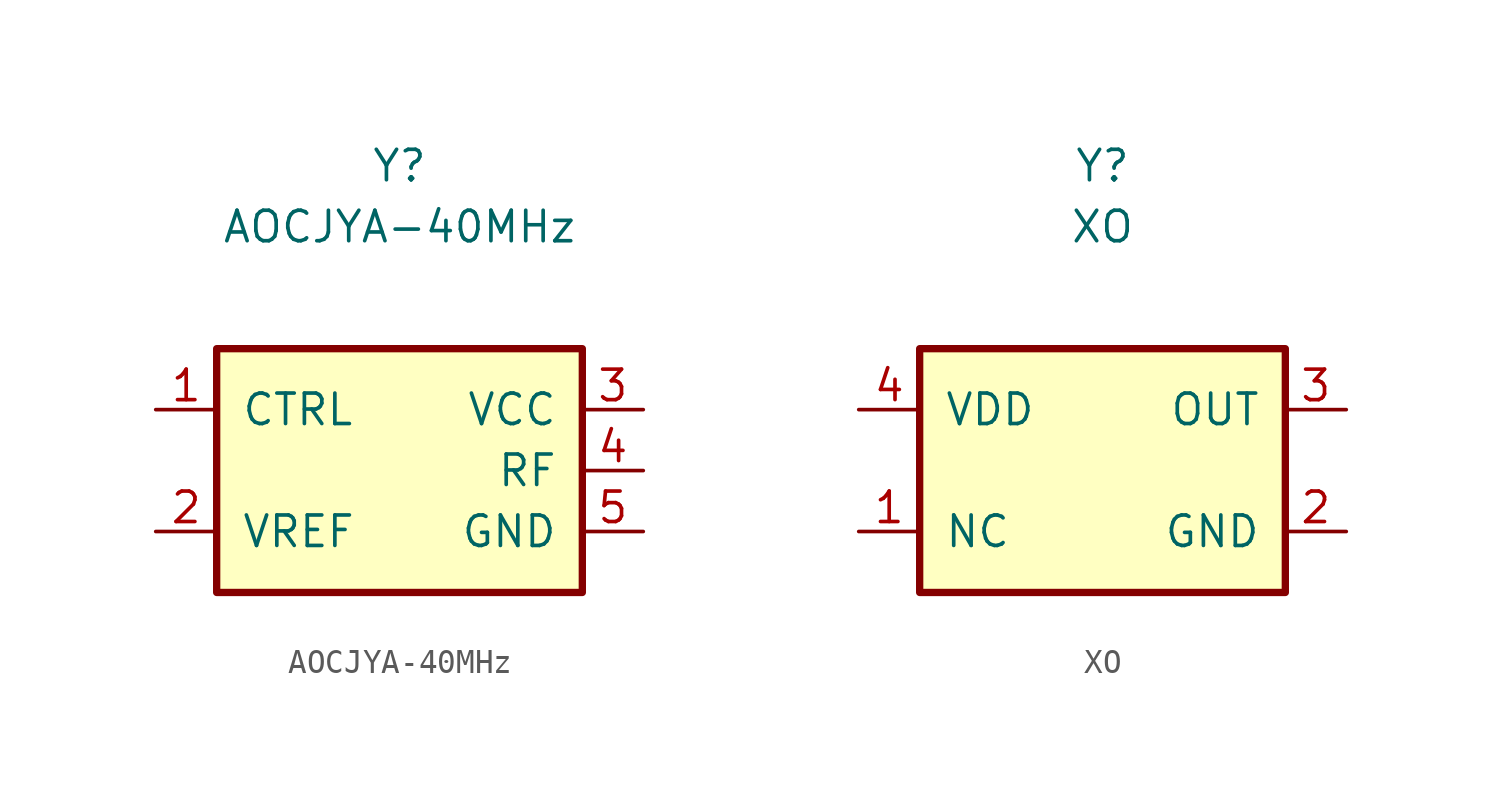
<source format=kicad_sym>
(kicad_symbol_lib
  (version 20211014)
  (generator kicad_symbol_editor)
  (symbol "AOCJYA-40MHz"
    (pin_names
      (offset 1.016))
    (property "Reference" "Y"
      (at 0 12.7 0)
      (effects (font (size 1.27 1.27))))
    (property "Value" "AOCJYA-40MHz"
      (at 0 10.16 0)
      (effects (font (size 1.27 1.27))))
    (symbol "AOCJYA-40MHz_0_1"
      (rectangle (start -7.62 5.08) (end 7.62 -5.08) (stroke (width 0.305) (type default) (color 0 0 0 0)) (fill (type background))))
    (symbol "AOCJYA-40MHz_1_1"
      (pin input line (at -10.16 2.54 0) (length 2.54) (name "CTRL" (effects (font (size 1.27 1.27)))) (number "1" (effects (font (size 1.27 1.27)))))
      (pin input line (at -10.16 -2.54 0) (length 2.54) (name "VREF" (effects (font (size 1.27 1.27)))) (number "2" (effects (font (size 1.27 1.27)))))
      (pin power_in line (at 10.16 2.54 180) (length 2.54) (name "VCC" (effects (font (size 1.27 1.27)))) (number "3" (effects (font (size 1.27 1.27)))))
      (pin output line (at 10.16 0 180) (length 2.54) (name "RF" (effects (font (size 1.27 1.27)))) (number "4" (effects (font (size 1.27 1.27)))))
      (pin power_in line (at 10.16 -2.54 180) (length 2.54) (name "GND" (effects (font (size 1.27 1.27)))) (number "5" (effects (font (size 1.27 1.27)))))))
  (symbol "XO"
    (pin_names
      (offset 1.016))
    (property "Reference" "Y"
      (at 0 10.16 0)
      (effects (font (size 1.27 1.27))))
    (property "Value" "XO"
      (at 0 7.62 0)
      (effects (font (size 1.27 1.27))))
    (symbol "XO_0_1"
      (rectangle (start -7.62 2.54) (end 7.62 -7.62) (stroke (width 0.305) (type default) (color 0 0 0 0)) (fill (type background))))
    (symbol "XO_1_1"
      (pin passive line (at -10.16 -5.08 0) (length 2.54) (name "NC" (effects (font (size 1.27 1.27)))) (number "1" (effects (font (size 1.27 1.27)))))
      (pin power_in line (at 10.16 -5.08 180) (length 2.54) (name "GND" (effects (font (size 1.27 1.27)))) (number "2" (effects (font (size 1.27 1.27)))))
      (pin output line (at 10.16 0 180) (length 2.54) (name "OUT" (effects (font (size 1.27 1.27)))) (number "3" (effects (font (size 1.27 1.27)))))
      (pin power_in line (at -10.16 0 0) (length 2.54) (name "VDD" (effects (font (size 1.27 1.27)))) (number "4" (effects (font (size 1.27 1.27))))))))
</source>
